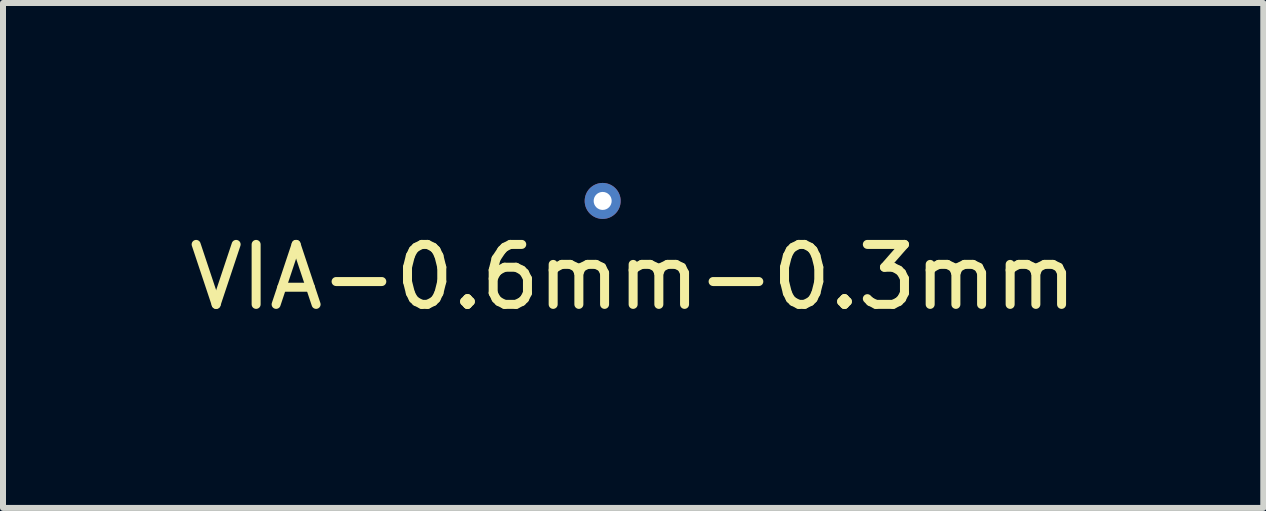
<source format=kicad_pcb>
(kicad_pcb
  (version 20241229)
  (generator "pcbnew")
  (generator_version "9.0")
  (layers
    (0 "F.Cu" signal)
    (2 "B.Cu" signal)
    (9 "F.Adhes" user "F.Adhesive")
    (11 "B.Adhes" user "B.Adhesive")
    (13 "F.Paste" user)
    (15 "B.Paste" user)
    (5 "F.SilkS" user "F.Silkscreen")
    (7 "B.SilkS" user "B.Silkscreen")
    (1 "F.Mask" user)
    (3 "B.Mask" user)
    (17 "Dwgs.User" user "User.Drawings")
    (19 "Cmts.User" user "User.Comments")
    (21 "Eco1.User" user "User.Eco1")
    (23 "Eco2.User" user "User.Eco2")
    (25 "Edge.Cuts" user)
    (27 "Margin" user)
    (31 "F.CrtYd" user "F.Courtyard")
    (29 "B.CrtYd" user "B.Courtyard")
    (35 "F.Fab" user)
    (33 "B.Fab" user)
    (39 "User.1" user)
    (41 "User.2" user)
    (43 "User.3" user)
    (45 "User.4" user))
  (footprint "VIA-0.6mm-0.3mm"
    (layer "F.Cu")
    (at 6.998 0.3)
    (property "Reference" "VIA-0.6mm-0.3mm" (at 0.508 1.27 0) (layer "F.SilkS") (effects (font (size 1 1) (thickness 0.15))))
    (attr through_hole)
    (pad "1" thru_hole circle (at 0 0) (size 0.6 0.6) (drill 0.3) (layers "*.Cu")))
  (gr_rect
    (start -3 -3)
    (end 18.012 5.418)
    (stroke (width 0.1) (type default))
    (fill no)
    (layer "Edge.Cuts")))
</source>
